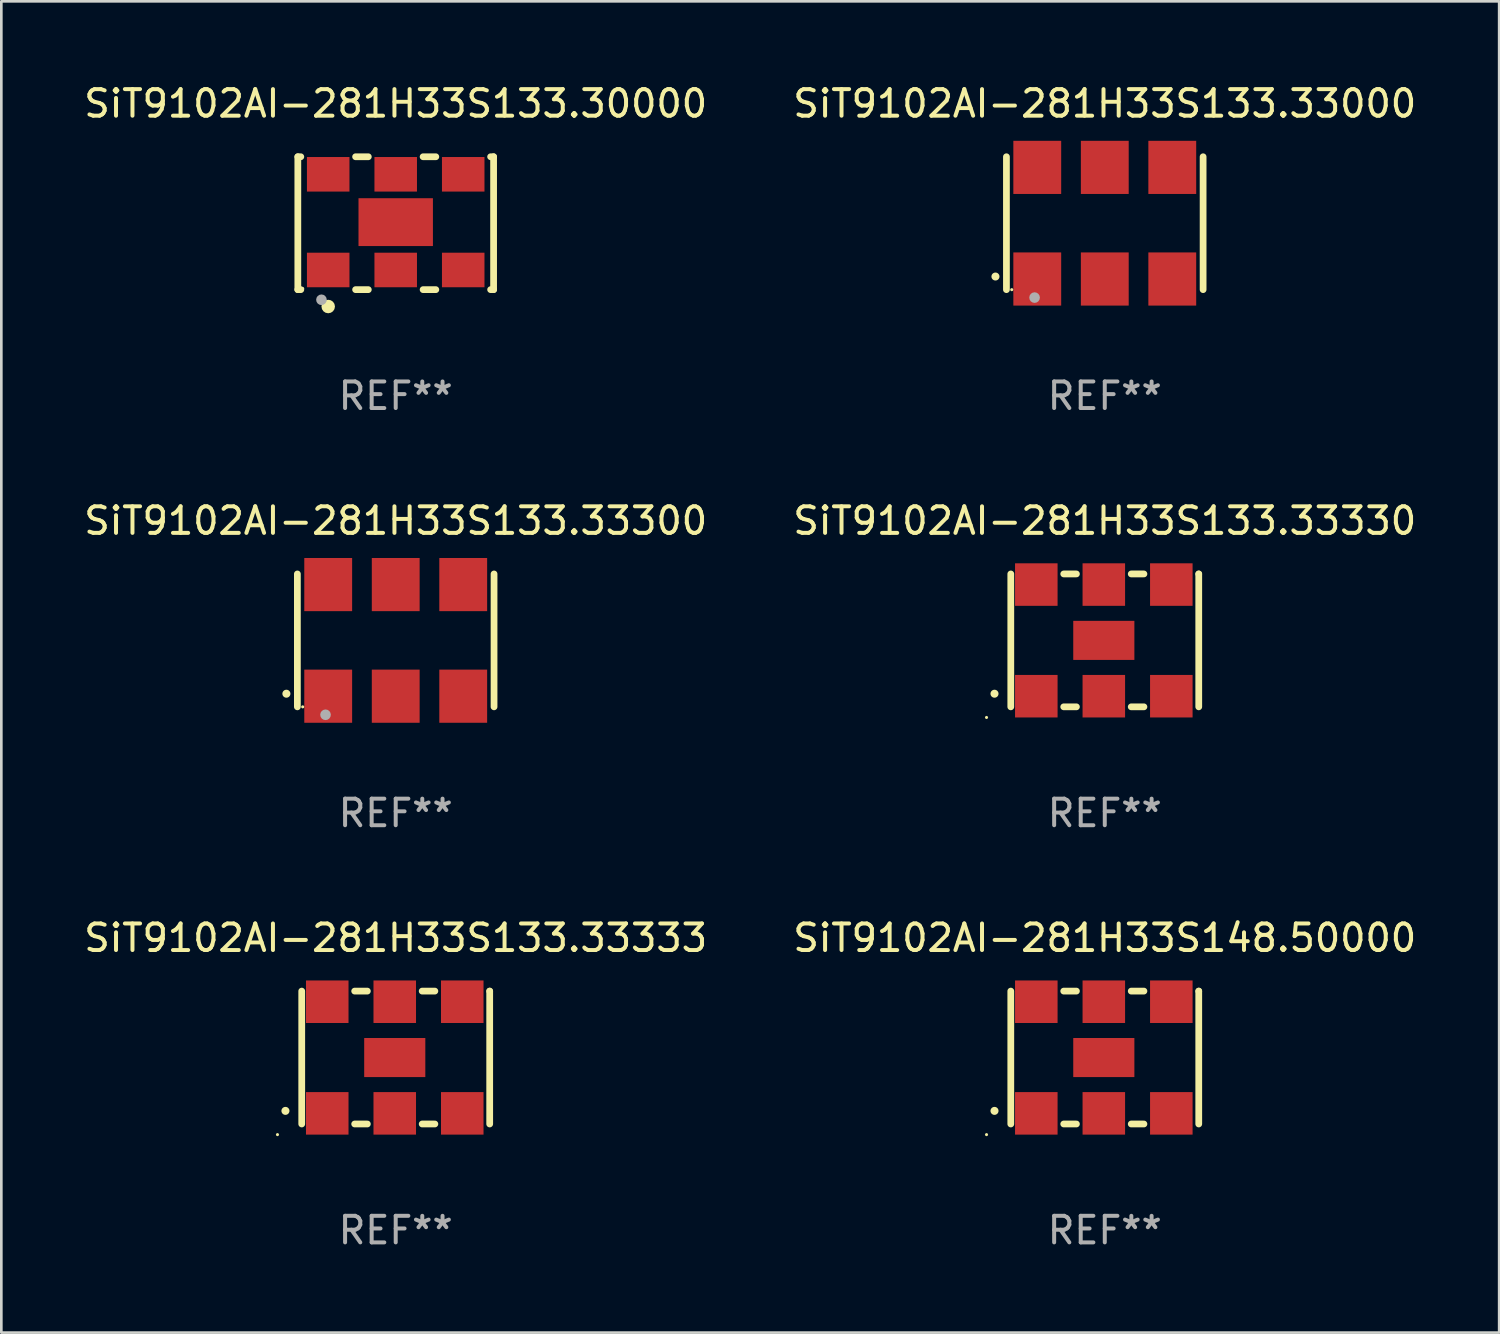
<source format=kicad_pcb>
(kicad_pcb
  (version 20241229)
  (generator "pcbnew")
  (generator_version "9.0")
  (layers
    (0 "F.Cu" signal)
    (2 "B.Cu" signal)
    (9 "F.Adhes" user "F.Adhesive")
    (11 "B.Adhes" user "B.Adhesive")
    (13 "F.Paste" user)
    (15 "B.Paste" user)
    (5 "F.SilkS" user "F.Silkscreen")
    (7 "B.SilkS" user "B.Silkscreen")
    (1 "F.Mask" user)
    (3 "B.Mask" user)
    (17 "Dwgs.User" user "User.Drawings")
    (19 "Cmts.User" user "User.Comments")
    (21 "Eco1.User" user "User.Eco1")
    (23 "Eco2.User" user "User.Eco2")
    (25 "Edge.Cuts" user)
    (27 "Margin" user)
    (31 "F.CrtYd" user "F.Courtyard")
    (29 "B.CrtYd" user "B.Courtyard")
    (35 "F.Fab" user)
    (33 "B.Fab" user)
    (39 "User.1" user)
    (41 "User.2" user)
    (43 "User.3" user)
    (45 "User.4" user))
  (footprint "SiT9102AI-281H33S148.50000"
    (layer "F.Cu")
    (at 38.518 36.741)
    (property "Reference" "SiT9102AI-281H33S148.50000" (at 0 -4.5 0) (layer "F.SilkS") (effects (font (size 1 1) (thickness 0.15))))
    (attr through_hole)
    (fp_line (start -3.536 -2.5) (end -3.536 2.5) (stroke (width 0.254) (type solid)) (layer "F.SilkS"))
    (fp_line (start -1.544 2.5) (end -1.067 2.5) (stroke (width 0.254) (type solid)) (layer "F.SilkS"))
    (fp_line (start -1.067 -2.5) (end -1.544 -2.5) (stroke (width 0.254) (type solid)) (layer "F.SilkS"))
    (fp_line (start 0.996 2.5) (end 1.473 2.5) (stroke (width 0.254) (type solid)) (layer "F.SilkS"))
    (fp_line (start 1.473 -2.5) (end 0.996 -2.5) (stroke (width 0.254) (type solid)) (layer "F.SilkS"))
    (fp_line (start 3.536 -2.5) (end 3.536 -2.5) (stroke (width 0.254) (type solid)) (layer "F.SilkS"))
    (fp_line (start 3.536 2.5) (end 3.536 -2.5) (stroke (width 0.254) (type solid)) (layer "F.SilkS"))
    (fp_arc (start -4.150432 2.006604) (mid -4.149162 2.006599) (end -4.147892 2.006604) (stroke (width 0.3) (type solid)) (layer "F.SilkS"))
    (fp_circle (center -4.449 2.9) (end -4.419 2.9) (stroke (width 0.06) (type solid)) (fill no) (layer "F.SilkS"))
    (fp_text user "REF**" (at 0 6.5 0) (layer "F.Fab") (effects (font (size 1 1) (thickness 0.15))))
    (pad "1" smd rect (at -2.576 2.1) (size 1.6 1.6) (layers "F.Cu" "F.Mask" "F.Paste"))
    (pad "2" smd rect (at -0.036 2.1) (size 1.6 1.6) (layers "F.Cu" "F.Mask" "F.Paste"))
    (pad "3" smd rect (at 2.504 2.1) (size 1.6 1.6) (layers "F.Cu" "F.Mask" "F.Paste"))
    (pad "4" smd rect (at 2.504 -2.1) (size 1.6 1.6) (layers "F.Cu" "F.Mask" "F.Paste"))
    (pad "5" smd rect (at -0.036 -2.1) (size 1.6 1.6) (layers "F.Cu" "F.Mask" "F.Paste"))
    (pad "6" smd rect (at -2.576 -2.1) (size 1.6 1.6) (layers "F.Cu" "F.Mask" "F.Paste"))
    (pad "7" smd rect (at -0.036 0) (size 2.3 1.47) (layers "F.Cu" "F.Mask" "F.Paste")))
  (footprint "SiT9102AI-281H33S133.30000"
    (layer "F.Cu")
    (at 11.839 5.348)
    (property "Reference" "SiT9102AI-281H33S133.30000" (at 0 -4.5 0) (layer "F.SilkS") (effects (font (size 1 1) (thickness 0.15))))
    (attr through_hole)
    (fp_line (start -3.683 -2.5) (end -3.571 -2.5) (stroke (width 0.254) (type solid)) (layer "F.SilkS"))
    (fp_line (start -3.683 2.5) (end -3.683 -2.5) (stroke (width 0.254) (type solid)) (layer "F.SilkS"))
    (fp_line (start -3.683 2.5) (end -3.571 2.5) (stroke (width 0.254) (type solid)) (layer "F.SilkS"))
    (fp_line (start -1.509 -2.5) (end -1.031 -2.5) (stroke (width 0.254) (type solid)) (layer "F.SilkS"))
    (fp_line (start -1.509 2.5) (end -1.031 2.5) (stroke (width 0.254) (type solid)) (layer "F.SilkS"))
    (fp_line (start 1.031 -2.5) (end 1.509 -2.5) (stroke (width 0.254) (type solid)) (layer "F.SilkS"))
    (fp_line (start 1.031 2.5) (end 1.509 2.5) (stroke (width 0.254) (type solid)) (layer "F.SilkS"))
    (fp_line (start 3.571 -2.5) (end 3.683 -2.5) (stroke (width 0.254) (type solid)) (layer "F.SilkS"))
    (fp_line (start 3.571 2.5) (end 3.683 2.5) (stroke (width 0.254) (type solid)) (layer "F.SilkS"))
    (fp_line (start 3.683 2.5) (end 3.683 -2.5) (stroke (width 0.254) (type solid)) (layer "F.SilkS"))
    (fp_circle (center -3.5 2.46) (end -3.47 2.46) (stroke (width 0.06) (type solid)) (fill no) (layer "F.SilkS"))
    (fp_circle (center -2.54 3.135) (end -2.413 3.135) (stroke (width 0.254) (type solid)) (fill no) (layer "F.SilkS"))
    (fp_circle (center -2.794 2.881) (end -2.694 2.881) (stroke (width 0.2) (type solid)) (fill no) (layer "F.Fab"))
    (fp_text user "REF**" (at 0 6.5 0) (layer "F.Fab") (effects (font (size 1 1) (thickness 0.15))))
    (pad "1" smd rect (at -2.54 1.76) (size 1.6 1.3) (layers "F.Cu" "F.Mask" "F.Paste"))
    (pad "2" smd rect (at 0 1.76) (size 1.6 1.3) (layers "F.Cu" "F.Mask" "F.Paste"))
    (pad "3" smd rect (at 2.54 1.76) (size 1.6 1.3) (layers "F.Cu" "F.Mask" "F.Paste"))
    (pad "4" smd rect (at 2.54 -1.84) (size 1.6 1.3) (layers "F.Cu" "F.Mask" "F.Paste"))
    (pad "5" smd rect (at 0 -1.84) (size 1.6 1.3) (layers "F.Cu" "F.Mask" "F.Paste"))
    (pad "6" smd rect (at -2.54 -1.84) (size 1.6 1.3) (layers "F.Cu" "F.Mask" "F.Paste"))
    (pad "7" smd rect (at 0 -0.04) (size 2.8 1.8) (layers "F.Cu" "F.Mask" "F.Paste")))
  (footprint "SiT9102AI-281H33S133.33300"
    (layer "F.Cu")
    (at 11.839 21.045)
    (property "Reference" "SiT9102AI-281H33S133.33300" (at 0 -4.5 0) (layer "F.SilkS") (effects (font (size 1 1) (thickness 0.15))))
    (attr through_hole)
    (fp_line (start -3.7 -2.5) (end -3.7 2.5) (stroke (width 0.254) (type solid)) (layer "F.SilkS"))
    (fp_line (start 3.7 -2.5) (end 3.7 2.5) (stroke (width 0.254) (type solid)) (layer "F.SilkS"))
    (fp_arc (start -4.114415 2.006604) (mid -4.113145 2.006599) (end -4.111875 2.006604) (stroke (width 0.3) (type solid)) (layer "F.SilkS"))
    (fp_circle (center -3.5 2.501) (end -3.47 2.501) (stroke (width 0.06) (type solid)) (fill no) (layer "F.SilkS"))
    (fp_circle (center -2.641 2.799) (end -2.541 2.799) (stroke (width 0.2) (type solid)) (fill no) (layer "F.Fab"))
    (fp_text user "REF**" (at 0 6.5 0) (layer "F.Fab") (effects (font (size 1 1) (thickness 0.15))))
    (pad "1" smd rect (at -2.54 2.1) (size 1.8 2) (layers "F.Cu" "F.Mask" "F.Paste"))
    (pad "2" smd rect (at 0.000394 2.1) (size 1.8 2) (layers "F.Cu" "F.Mask" "F.Paste"))
    (pad "3" smd rect (at 2.54 2.1) (size 1.8 2) (layers "F.Cu" "F.Mask" "F.Paste"))
    (pad "4" smd rect (at 2.54 -2.1) (size 1.8 2) (layers "F.Cu" "F.Mask" "F.Paste"))
    (pad "5" smd rect (at 0.000394 -2.1) (size 1.8 2) (layers "F.Cu" "F.Mask" "F.Paste"))
    (pad "6" smd rect (at -2.54 -2.1) (size 1.8 2) (layers "F.Cu" "F.Mask" "F.Paste")))
  (footprint "SiT9102AI-281H33S133.33330"
    (layer "F.Cu")
    (at 38.518 21.045)
    (property "Reference" "SiT9102AI-281H33S133.33330" (at 0 -4.5 0) (layer "F.SilkS") (effects (font (size 1 1) (thickness 0.15))))
    (attr through_hole)
    (fp_line (start -3.536 -2.5) (end -3.536 2.5) (stroke (width 0.254) (type solid)) (layer "F.SilkS"))
    (fp_line (start -1.544 2.5) (end -1.067 2.5) (stroke (width 0.254) (type solid)) (layer "F.SilkS"))
    (fp_line (start -1.067 -2.5) (end -1.544 -2.5) (stroke (width 0.254) (type solid)) (layer "F.SilkS"))
    (fp_line (start 0.996 2.5) (end 1.473 2.5) (stroke (width 0.254) (type solid)) (layer "F.SilkS"))
    (fp_line (start 1.473 -2.5) (end 0.996 -2.5) (stroke (width 0.254) (type solid)) (layer "F.SilkS"))
    (fp_line (start 3.536 -2.5) (end 3.536 -2.5) (stroke (width 0.254) (type solid)) (layer "F.SilkS"))
    (fp_line (start 3.536 2.5) (end 3.536 -2.5) (stroke (width 0.254) (type solid)) (layer "F.SilkS"))
    (fp_arc (start -4.150432 2.006604) (mid -4.149162 2.006599) (end -4.147892 2.006604) (stroke (width 0.3) (type solid)) (layer "F.SilkS"))
    (fp_circle (center -4.449 2.9) (end -4.419 2.9) (stroke (width 0.06) (type solid)) (fill no) (layer "F.SilkS"))
    (fp_text user "REF**" (at 0 6.5 0) (layer "F.Fab") (effects (font (size 1 1) (thickness 0.15))))
    (pad "1" smd rect (at -2.576 2.1) (size 1.6 1.6) (layers "F.Cu" "F.Mask" "F.Paste"))
    (pad "2" smd rect (at -0.036 2.1) (size 1.6 1.6) (layers "F.Cu" "F.Mask" "F.Paste"))
    (pad "3" smd rect (at 2.504 2.1) (size 1.6 1.6) (layers "F.Cu" "F.Mask" "F.Paste"))
    (pad "4" smd rect (at 2.504 -2.1) (size 1.6 1.6) (layers "F.Cu" "F.Mask" "F.Paste"))
    (pad "5" smd rect (at -0.036 -2.1) (size 1.6 1.6) (layers "F.Cu" "F.Mask" "F.Paste"))
    (pad "6" smd rect (at -2.576 -2.1) (size 1.6 1.6) (layers "F.Cu" "F.Mask" "F.Paste"))
    (pad "7" smd rect (at -0.036 0) (size 2.3 1.47) (layers "F.Cu" "F.Mask" "F.Paste")))
  (footprint "SiT9102AI-281H33S133.33000"
    (layer "F.Cu")
    (at 38.518 5.348)
    (property "Reference" "SiT9102AI-281H33S133.33000" (at 0 -4.5 0) (layer "F.SilkS") (effects (font (size 1 1) (thickness 0.15))))
    (attr through_hole)
    (fp_line (start -3.7 -2.5) (end -3.7 2.5) (stroke (width 0.254) (type solid)) (layer "F.SilkS"))
    (fp_line (start 3.7 -2.5) (end 3.7 2.5) (stroke (width 0.254) (type solid)) (layer "F.SilkS"))
    (fp_arc (start -4.114415 2.006604) (mid -4.113145 2.006599) (end -4.111875 2.006604) (stroke (width 0.3) (type solid)) (layer "F.SilkS"))
    (fp_circle (center -3.5 2.501) (end -3.47 2.501) (stroke (width 0.06) (type solid)) (fill no) (layer "F.SilkS"))
    (fp_circle (center -2.641 2.799) (end -2.541 2.799) (stroke (width 0.2) (type solid)) (fill no) (layer "F.Fab"))
    (fp_text user "REF**" (at 0 6.5 0) (layer "F.Fab") (effects (font (size 1 1) (thickness 0.15))))
    (pad "1" smd rect (at -2.54 2.1) (size 1.8 2) (layers "F.Cu" "F.Mask" "F.Paste"))
    (pad "2" smd rect (at 0.000394 2.1) (size 1.8 2) (layers "F.Cu" "F.Mask" "F.Paste"))
    (pad "3" smd rect (at 2.54 2.1) (size 1.8 2) (layers "F.Cu" "F.Mask" "F.Paste"))
    (pad "4" smd rect (at 2.54 -2.1) (size 1.8 2) (layers "F.Cu" "F.Mask" "F.Paste"))
    (pad "5" smd rect (at 0.000394 -2.1) (size 1.8 2) (layers "F.Cu" "F.Mask" "F.Paste"))
    (pad "6" smd rect (at -2.54 -2.1) (size 1.8 2) (layers "F.Cu" "F.Mask" "F.Paste")))
  (footprint "SiT9102AI-281H33S133.33333"
    (layer "F.Cu")
    (at 11.839 36.741)
    (property "Reference" "SiT9102AI-281H33S133.33333" (at 0 -4.5 0) (layer "F.SilkS") (effects (font (size 1 1) (thickness 0.15))))
    (attr through_hole)
    (fp_line (start -3.536 -2.5) (end -3.536 2.5) (stroke (width 0.254) (type solid)) (layer "F.SilkS"))
    (fp_line (start -1.544 2.5) (end -1.067 2.5) (stroke (width 0.254) (type solid)) (layer "F.SilkS"))
    (fp_line (start -1.067 -2.5) (end -1.544 -2.5) (stroke (width 0.254) (type solid)) (layer "F.SilkS"))
    (fp_line (start 0.996 2.5) (end 1.473 2.5) (stroke (width 0.254) (type solid)) (layer "F.SilkS"))
    (fp_line (start 1.473 -2.5) (end 0.996 -2.5) (stroke (width 0.254) (type solid)) (layer "F.SilkS"))
    (fp_line (start 3.536 -2.5) (end 3.536 -2.5) (stroke (width 0.254) (type solid)) (layer "F.SilkS"))
    (fp_line (start 3.536 2.5) (end 3.536 -2.5) (stroke (width 0.254) (type solid)) (layer "F.SilkS"))
    (fp_arc (start -4.150432 2.006604) (mid -4.149162 2.006599) (end -4.147892 2.006604) (stroke (width 0.3) (type solid)) (layer "F.SilkS"))
    (fp_circle (center -4.449 2.9) (end -4.419 2.9) (stroke (width 0.06) (type solid)) (fill no) (layer "F.SilkS"))
    (fp_text user "REF**" (at 0 6.5 0) (layer "F.Fab") (effects (font (size 1 1) (thickness 0.15))))
    (pad "1" smd rect (at -2.576 2.1) (size 1.6 1.6) (layers "F.Cu" "F.Mask" "F.Paste"))
    (pad "2" smd rect (at -0.036 2.1) (size 1.6 1.6) (layers "F.Cu" "F.Mask" "F.Paste"))
    (pad "3" smd rect (at 2.504 2.1) (size 1.6 1.6) (layers "F.Cu" "F.Mask" "F.Paste"))
    (pad "4" smd rect (at 2.504 -2.1) (size 1.6 1.6) (layers "F.Cu" "F.Mask" "F.Paste"))
    (pad "5" smd rect (at -0.036 -2.1) (size 1.6 1.6) (layers "F.Cu" "F.Mask" "F.Paste"))
    (pad "6" smd rect (at -2.576 -2.1) (size 1.6 1.6) (layers "F.Cu" "F.Mask" "F.Paste"))
    (pad "7" smd rect (at -0.036 0) (size 2.3 1.47) (layers "F.Cu" "F.Mask" "F.Paste")))
  (gr_rect
    (start -3 -3)
    (end 53.357 47.09)
    (stroke (width 0.1) (type default))
    (fill no)
    (layer "Edge.Cuts")))
</source>
